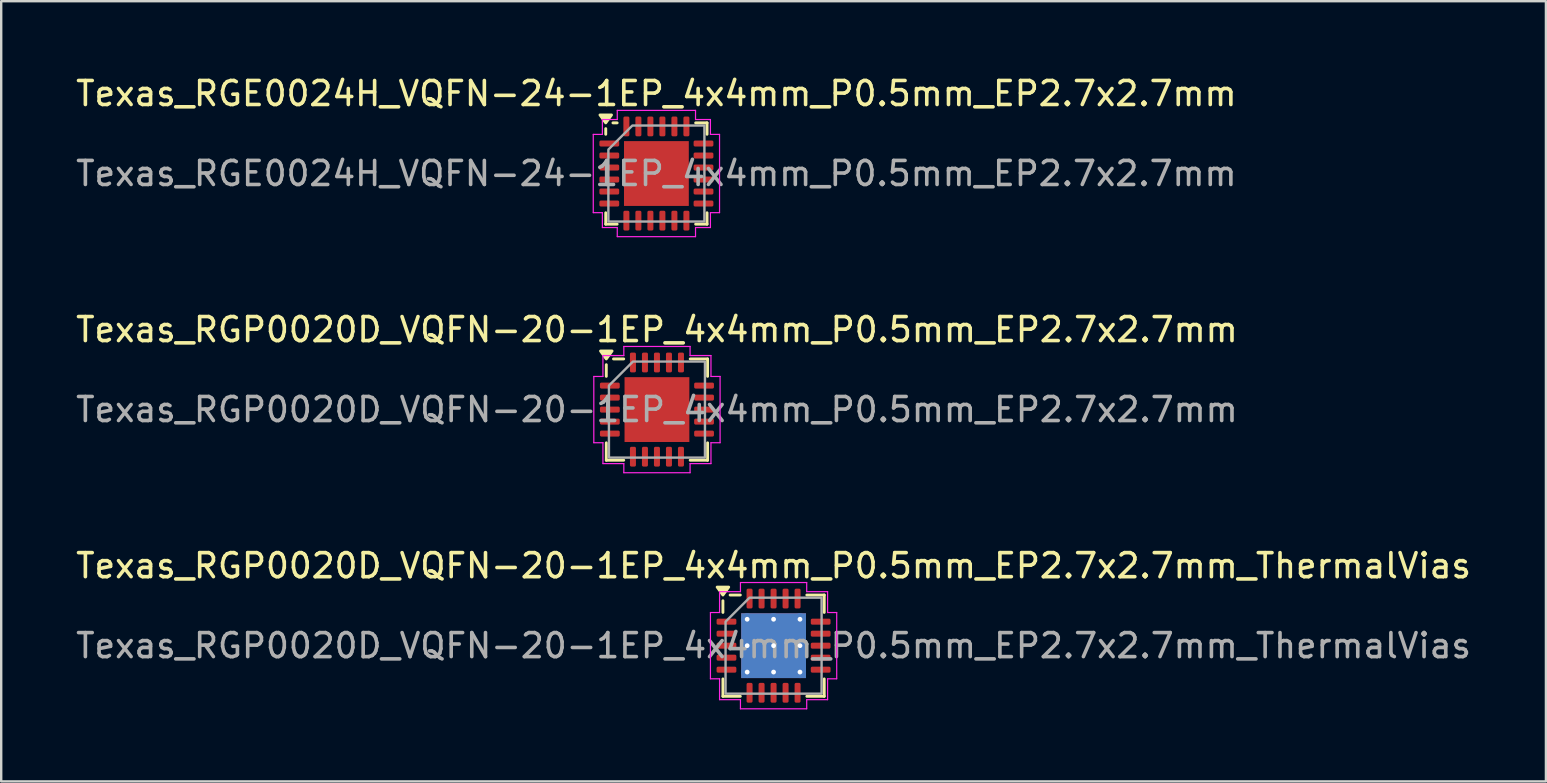
<source format=kicad_pcb>
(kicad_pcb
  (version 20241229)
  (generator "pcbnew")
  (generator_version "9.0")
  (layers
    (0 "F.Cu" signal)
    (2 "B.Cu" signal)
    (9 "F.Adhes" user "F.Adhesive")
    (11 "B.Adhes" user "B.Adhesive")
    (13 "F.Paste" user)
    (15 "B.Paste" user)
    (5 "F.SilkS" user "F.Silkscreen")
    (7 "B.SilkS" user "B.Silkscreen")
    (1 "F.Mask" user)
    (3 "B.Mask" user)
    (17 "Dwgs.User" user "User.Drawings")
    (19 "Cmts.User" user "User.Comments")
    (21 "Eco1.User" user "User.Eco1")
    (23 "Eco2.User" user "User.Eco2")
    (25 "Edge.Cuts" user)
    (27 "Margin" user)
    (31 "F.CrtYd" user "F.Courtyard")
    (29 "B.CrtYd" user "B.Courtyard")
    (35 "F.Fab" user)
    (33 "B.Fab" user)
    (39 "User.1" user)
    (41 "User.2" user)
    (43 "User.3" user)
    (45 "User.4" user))
  (footprint "Texas_RGE0024H_VQFN-24-1EP_4x4mm_P0.5mm_EP2.7x2.7mm"
    (layer "F.Cu")
    (at 24.292 4.178)
    (property "Reference" "Texas_RGE0024H_VQFN-24-1EP_4x4mm_P0.5mm_EP2.7x2.7mm" (at 0 -3.33 0) (layer "F.SilkS") (effects (font (size 1 1) (thickness 0.15))))
    (attr smd)
    (fp_line (start -2.11 -1.635) (end -2.11 -1.87) (stroke (width 0.12) (type solid)) (layer "F.SilkS"))
    (fp_line (start -2.11 2.11) (end -2.11 1.635) (stroke (width 0.12) (type solid)) (layer "F.SilkS"))
    (fp_line (start -1.635 -2.11) (end -1.81 -2.11) (stroke (width 0.12) (type solid)) (layer "F.SilkS"))
    (fp_line (start -1.635 2.11) (end -2.11 2.11) (stroke (width 0.12) (type solid)) (layer "F.SilkS"))
    (fp_line (start 1.635 -2.11) (end 2.11 -2.11) (stroke (width 0.12) (type solid)) (layer "F.SilkS"))
    (fp_line (start 1.635 2.11) (end 2.11 2.11) (stroke (width 0.12) (type solid)) (layer "F.SilkS"))
    (fp_line (start 2.11 -2.11) (end 2.11 -1.635) (stroke (width 0.12) (type solid)) (layer "F.SilkS"))
    (fp_line (start 2.11 2.11) (end 2.11 1.635) (stroke (width 0.12) (type solid)) (layer "F.SilkS"))
    (fp_poly (pts (xy -2.11 -2.11) (xy -2.35 -2.44) (xy -1.87 -2.44)) (stroke (width 0.12) (type solid)) (fill yes) (layer "F.SilkS"))
    (fp_line (start -2.63 -1.63) (end -2.25 -1.63) (stroke (width 0.05) (type solid)) (layer "F.CrtYd"))
    (fp_line (start -2.63 1.63) (end -2.63 -1.63) (stroke (width 0.05) (type solid)) (layer "F.CrtYd"))
    (fp_line (start -2.25 -2.25) (end -1.63 -2.25) (stroke (width 0.05) (type solid)) (layer "F.CrtYd"))
    (fp_line (start -2.25 -1.63) (end -2.25 -2.25) (stroke (width 0.05) (type solid)) (layer "F.CrtYd"))
    (fp_line (start -2.25 1.63) (end -2.63 1.63) (stroke (width 0.05) (type solid)) (layer "F.CrtYd"))
    (fp_line (start -2.25 2.25) (end -2.25 1.63) (stroke (width 0.05) (type solid)) (layer "F.CrtYd"))
    (fp_line (start -1.63 -2.63) (end 1.63 -2.63) (stroke (width 0.05) (type solid)) (layer "F.CrtYd"))
    (fp_line (start -1.63 -2.25) (end -1.63 -2.63) (stroke (width 0.05) (type solid)) (layer "F.CrtYd"))
    (fp_line (start -1.63 2.25) (end -2.25 2.25) (stroke (width 0.05) (type solid)) (layer "F.CrtYd"))
    (fp_line (start -1.63 2.63) (end -1.63 2.25) (stroke (width 0.05) (type solid)) (layer "F.CrtYd"))
    (fp_line (start 1.63 -2.63) (end 1.63 -2.25) (stroke (width 0.05) (type solid)) (layer "F.CrtYd"))
    (fp_line (start 1.63 -2.25) (end 2.25 -2.25) (stroke (width 0.05) (type solid)) (layer "F.CrtYd"))
    (fp_line (start 1.63 2.25) (end 1.63 2.63) (stroke (width 0.05) (type solid)) (layer "F.CrtYd"))
    (fp_line (start 1.63 2.63) (end -1.63 2.63) (stroke (width 0.05) (type solid)) (layer "F.CrtYd"))
    (fp_line (start 2.25 -2.25) (end 2.25 -1.63) (stroke (width 0.05) (type solid)) (layer "F.CrtYd"))
    (fp_line (start 2.25 -1.63) (end 2.63 -1.63) (stroke (width 0.05) (type solid)) (layer "F.CrtYd"))
    (fp_line (start 2.25 1.63) (end 2.25 2.25) (stroke (width 0.05) (type solid)) (layer "F.CrtYd"))
    (fp_line (start 2.25 2.25) (end 1.63 2.25) (stroke (width 0.05) (type solid)) (layer "F.CrtYd"))
    (fp_line (start 2.63 -1.63) (end 2.63 1.63) (stroke (width 0.05) (type solid)) (layer "F.CrtYd"))
    (fp_line (start 2.63 1.63) (end 2.25 1.63) (stroke (width 0.05) (type solid)) (layer "F.CrtYd"))
    (fp_poly (pts (xy -2 -1) (xy -2 2) (xy 2 2) (xy 2 -2) (xy -1 -2)) (stroke (width 0.1) (type solid)) (fill no) (layer "F.Fab"))
    (fp_text user "${REFERENCE}" (at 0 0 0) (layer "F.Fab") (effects (font (size 1 1) (thickness 0.15))))
    (pad "" smd roundrect (at -0.675 -0.675) (size 1.09 1.09) (layers "F.Paste") (roundrect_rratio 0.229))
    (pad "" smd roundrect (at -0.675 0.675) (size 1.09 1.09) (layers "F.Paste") (roundrect_rratio 0.229))
    (pad "" smd roundrect (at 0.675 -0.675) (size 1.09 1.09) (layers "F.Paste") (roundrect_rratio 0.229))
    (pad "" smd roundrect (at 0.675 0.675) (size 1.09 1.09) (layers "F.Paste") (roundrect_rratio 0.229))
    (pad "1" smd roundrect (at -1.962 -1.25) (size 0.825 0.25) (layers "F.Cu" "F.Mask" "F.Paste") (roundrect_rratio 0.25))
    (pad "2" smd roundrect (at -1.962 -0.75) (size 0.825 0.25) (layers "F.Cu" "F.Mask" "F.Paste") (roundrect_rratio 0.25))
    (pad "3" smd roundrect (at -1.962 -0.25) (size 0.825 0.25) (layers "F.Cu" "F.Mask" "F.Paste") (roundrect_rratio 0.25))
    (pad "4" smd roundrect (at -1.962 0.25) (size 0.825 0.25) (layers "F.Cu" "F.Mask" "F.Paste") (roundrect_rratio 0.25))
    (pad "5" smd roundrect (at -1.962 0.75) (size 0.825 0.25) (layers "F.Cu" "F.Mask" "F.Paste") (roundrect_rratio 0.25))
    (pad "6" smd roundrect (at -1.962 1.25) (size 0.825 0.25) (layers "F.Cu" "F.Mask" "F.Paste") (roundrect_rratio 0.25))
    (pad "7" smd roundrect (at -1.25 1.962) (size 0.25 0.825) (layers "F.Cu" "F.Mask" "F.Paste") (roundrect_rratio 0.25))
    (pad "8" smd roundrect (at -0.75 1.962) (size 0.25 0.825) (layers "F.Cu" "F.Mask" "F.Paste") (roundrect_rratio 0.25))
    (pad "9" smd roundrect (at -0.25 1.962) (size 0.25 0.825) (layers "F.Cu" "F.Mask" "F.Paste") (roundrect_rratio 0.25))
    (pad "10" smd roundrect (at 0.25 1.962) (size 0.25 0.825) (layers "F.Cu" "F.Mask" "F.Paste") (roundrect_rratio 0.25))
    (pad "11" smd roundrect (at 0.75 1.962) (size 0.25 0.825) (layers "F.Cu" "F.Mask" "F.Paste") (roundrect_rratio 0.25))
    (pad "12" smd roundrect (at 1.25 1.962) (size 0.25 0.825) (layers "F.Cu" "F.Mask" "F.Paste") (roundrect_rratio 0.25))
    (pad "13" smd roundrect (at 1.962 1.25) (size 0.825 0.25) (layers "F.Cu" "F.Mask" "F.Paste") (roundrect_rratio 0.25))
    (pad "14" smd roundrect (at 1.962 0.75) (size 0.825 0.25) (layers "F.Cu" "F.Mask" "F.Paste") (roundrect_rratio 0.25))
    (pad "15" smd roundrect (at 1.962 0.25) (size 0.825 0.25) (layers "F.Cu" "F.Mask" "F.Paste") (roundrect_rratio 0.25))
    (pad "16" smd roundrect (at 1.962 -0.25) (size 0.825 0.25) (layers "F.Cu" "F.Mask" "F.Paste") (roundrect_rratio 0.25))
    (pad "17" smd roundrect (at 1.962 -0.75) (size 0.825 0.25) (layers "F.Cu" "F.Mask" "F.Paste") (roundrect_rratio 0.25))
    (pad "18" smd roundrect (at 1.962 -1.25) (size 0.825 0.25) (layers "F.Cu" "F.Mask" "F.Paste") (roundrect_rratio 0.25))
    (pad "19" smd roundrect (at 1.25 -1.962) (size 0.25 0.825) (layers "F.Cu" "F.Mask" "F.Paste") (roundrect_rratio 0.25))
    (pad "20" smd roundrect (at 0.75 -1.962) (size 0.25 0.825) (layers "F.Cu" "F.Mask" "F.Paste") (roundrect_rratio 0.25))
    (pad "21" smd roundrect (at 0.25 -1.962) (size 0.25 0.825) (layers "F.Cu" "F.Mask" "F.Paste") (roundrect_rratio 0.25))
    (pad "22" smd roundrect (at -0.25 -1.962) (size 0.25 0.825) (layers "F.Cu" "F.Mask" "F.Paste") (roundrect_rratio 0.25))
    (pad "23" smd roundrect (at -0.75 -1.962) (size 0.25 0.825) (layers "F.Cu" "F.Mask" "F.Paste") (roundrect_rratio 0.25))
    (pad "24" smd roundrect (at -1.25 -1.962) (size 0.25 0.825) (layers "F.Cu" "F.Mask" "F.Paste") (roundrect_rratio 0.25))
    (pad "25" smd rect (at 0 0) (size 2.7 2.7) (property pad_prop_heatsink) (layers "F.Cu" "F.Mask")))
  (footprint "Texas_RGP0020D_VQFN-20-1EP_4x4mm_P0.5mm_EP2.7x2.7mm_ThermalVias"
    (layer "F.Cu")
    (at 29.173 23.845)
    (property "Reference" "Texas_RGP0020D_VQFN-20-1EP_4x4mm_P0.5mm_EP2.7x2.7mm_ThermalVias" (at 0 -3.33 0) (layer "F.SilkS") (effects (font (size 1 1) (thickness 0.15))))
    (attr smd)
    (fp_line (start -2.11 -1.385) (end -2.11 -1.87) (stroke (width 0.12) (type solid)) (layer "F.SilkS"))
    (fp_line (start -2.11 2.11) (end -2.11 1.385) (stroke (width 0.12) (type solid)) (layer "F.SilkS"))
    (fp_line (start -1.385 -2.11) (end -1.81 -2.11) (stroke (width 0.12) (type solid)) (layer "F.SilkS"))
    (fp_line (start -1.385 2.11) (end -2.11 2.11) (stroke (width 0.12) (type solid)) (layer "F.SilkS"))
    (fp_line (start 1.385 -2.11) (end 2.11 -2.11) (stroke (width 0.12) (type solid)) (layer "F.SilkS"))
    (fp_line (start 1.385 2.11) (end 2.11 2.11) (stroke (width 0.12) (type solid)) (layer "F.SilkS"))
    (fp_line (start 2.11 -2.11) (end 2.11 -1.385) (stroke (width 0.12) (type solid)) (layer "F.SilkS"))
    (fp_line (start 2.11 2.11) (end 2.11 1.385) (stroke (width 0.12) (type solid)) (layer "F.SilkS"))
    (fp_poly (pts (xy -2.11 -2.11) (xy -2.35 -2.44) (xy -1.87 -2.44)) (stroke (width 0.12) (type solid)) (fill yes) (layer "F.SilkS"))
    (fp_line (start -2.63 -1.38) (end -2.25 -1.38) (stroke (width 0.05) (type solid)) (layer "F.CrtYd"))
    (fp_line (start -2.63 1.38) (end -2.63 -1.38) (stroke (width 0.05) (type solid)) (layer "F.CrtYd"))
    (fp_line (start -2.25 -2.25) (end -1.38 -2.25) (stroke (width 0.05) (type solid)) (layer "F.CrtYd"))
    (fp_line (start -2.25 -1.38) (end -2.25 -2.25) (stroke (width 0.05) (type solid)) (layer "F.CrtYd"))
    (fp_line (start -2.25 1.38) (end -2.63 1.38) (stroke (width 0.05) (type solid)) (layer "F.CrtYd"))
    (fp_line (start -2.25 2.25) (end -2.25 1.38) (stroke (width 0.05) (type solid)) (layer "F.CrtYd"))
    (fp_line (start -1.38 -2.63) (end 1.38 -2.63) (stroke (width 0.05) (type solid)) (layer "F.CrtYd"))
    (fp_line (start -1.38 -2.25) (end -1.38 -2.63) (stroke (width 0.05) (type solid)) (layer "F.CrtYd"))
    (fp_line (start -1.38 2.25) (end -2.25 2.25) (stroke (width 0.05) (type solid)) (layer "F.CrtYd"))
    (fp_line (start -1.38 2.63) (end -1.38 2.25) (stroke (width 0.05) (type solid)) (layer "F.CrtYd"))
    (fp_line (start 1.38 -2.63) (end 1.38 -2.25) (stroke (width 0.05) (type solid)) (layer "F.CrtYd"))
    (fp_line (start 1.38 -2.25) (end 2.25 -2.25) (stroke (width 0.05) (type solid)) (layer "F.CrtYd"))
    (fp_line (start 1.38 2.25) (end 1.38 2.63) (stroke (width 0.05) (type solid)) (layer "F.CrtYd"))
    (fp_line (start 1.38 2.63) (end -1.38 2.63) (stroke (width 0.05) (type solid)) (layer "F.CrtYd"))
    (fp_line (start 2.25 -2.25) (end 2.25 -1.38) (stroke (width 0.05) (type solid)) (layer "F.CrtYd"))
    (fp_line (start 2.25 -1.38) (end 2.63 -1.38) (stroke (width 0.05) (type solid)) (layer "F.CrtYd"))
    (fp_line (start 2.25 1.38) (end 2.25 2.25) (stroke (width 0.05) (type solid)) (layer "F.CrtYd"))
    (fp_line (start 2.25 2.25) (end 1.38 2.25) (stroke (width 0.05) (type solid)) (layer "F.CrtYd"))
    (fp_line (start 2.63 -1.38) (end 2.63 1.38) (stroke (width 0.05) (type solid)) (layer "F.CrtYd"))
    (fp_line (start 2.63 1.38) (end 2.25 1.38) (stroke (width 0.05) (type solid)) (layer "F.CrtYd"))
    (fp_poly (pts (xy -2 -1) (xy -2 2) (xy 2 2) (xy 2 -2) (xy -1 -2)) (stroke (width 0.1) (type solid)) (fill no) (layer "F.Fab"))
    (fp_text user "${REFERENCE}" (at 0 0 0) (layer "F.Fab") (effects (font (size 1 1) (thickness 0.15))))
    (pad "" smd roundrect (at -0.675 -0.675) (size 1.13 1.13) (layers "F.Paste") (roundrect_rratio 0.221))
    (pad "" smd roundrect (at -0.675 0.675) (size 1.13 1.13) (layers "F.Paste") (roundrect_rratio 0.221))
    (pad "" smd roundrect (at 0.675 -0.675) (size 1.13 1.13) (layers "F.Paste") (roundrect_rratio 0.221))
    (pad "" smd roundrect (at 0.675 0.675) (size 1.13 1.13) (layers "F.Paste") (roundrect_rratio 0.221))
    (pad "1" smd roundrect (at -1.962 -1) (size 0.825 0.25) (layers "F.Cu" "F.Mask" "F.Paste") (roundrect_rratio 0.25))
    (pad "2" smd roundrect (at -1.962 -0.5) (size 0.825 0.25) (layers "F.Cu" "F.Mask" "F.Paste") (roundrect_rratio 0.25))
    (pad "3" smd roundrect (at -1.962 0) (size 0.825 0.25) (layers "F.Cu" "F.Mask" "F.Paste") (roundrect_rratio 0.25))
    (pad "4" smd roundrect (at -1.962 0.5) (size 0.825 0.25) (layers "F.Cu" "F.Mask" "F.Paste") (roundrect_rratio 0.25))
    (pad "5" smd roundrect (at -1.962 1) (size 0.825 0.25) (layers "F.Cu" "F.Mask" "F.Paste") (roundrect_rratio 0.25))
    (pad "6" smd roundrect (at -1 1.962) (size 0.25 0.825) (layers "F.Cu" "F.Mask" "F.Paste") (roundrect_rratio 0.25))
    (pad "7" smd roundrect (at -0.5 1.962) (size 0.25 0.825) (layers "F.Cu" "F.Mask" "F.Paste") (roundrect_rratio 0.25))
    (pad "8" smd roundrect (at 0 1.962) (size 0.25 0.825) (layers "F.Cu" "F.Mask" "F.Paste") (roundrect_rratio 0.25))
    (pad "9" smd roundrect (at 0.5 1.962) (size 0.25 0.825) (layers "F.Cu" "F.Mask" "F.Paste") (roundrect_rratio 0.25))
    (pad "10" smd roundrect (at 1 1.962) (size 0.25 0.825) (layers "F.Cu" "F.Mask" "F.Paste") (roundrect_rratio 0.25))
    (pad "11" smd roundrect (at 1.962 1) (size 0.825 0.25) (layers "F.Cu" "F.Mask" "F.Paste") (roundrect_rratio 0.25))
    (pad "12" smd roundrect (at 1.962 0.5) (size 0.825 0.25) (layers "F.Cu" "F.Mask" "F.Paste") (roundrect_rratio 0.25))
    (pad "13" smd roundrect (at 1.962 0) (size 0.825 0.25) (layers "F.Cu" "F.Mask" "F.Paste") (roundrect_rratio 0.25))
    (pad "14" smd roundrect (at 1.962 -0.5) (size 0.825 0.25) (layers "F.Cu" "F.Mask" "F.Paste") (roundrect_rratio 0.25))
    (pad "15" smd roundrect (at 1.962 -1) (size 0.825 0.25) (layers "F.Cu" "F.Mask" "F.Paste") (roundrect_rratio 0.25))
    (pad "16" smd roundrect (at 1 -1.962) (size 0.25 0.825) (layers "F.Cu" "F.Mask" "F.Paste") (roundrect_rratio 0.25))
    (pad "17" smd roundrect (at 0.5 -1.962) (size 0.25 0.825) (layers "F.Cu" "F.Mask" "F.Paste") (roundrect_rratio 0.25))
    (pad "18" smd roundrect (at 0 -1.962) (size 0.25 0.825) (layers "F.Cu" "F.Mask" "F.Paste") (roundrect_rratio 0.25))
    (pad "19" smd roundrect (at -0.5 -1.962) (size 0.25 0.825) (layers "F.Cu" "F.Mask" "F.Paste") (roundrect_rratio 0.25))
    (pad "20" smd roundrect (at -1 -1.962) (size 0.25 0.825) (layers "F.Cu" "F.Mask" "F.Paste") (roundrect_rratio 0.25))
    (pad "21" thru_hole circle (at -1.1 -1.1) (size 0.5 0.5) (drill 0.2) (property pad_prop_heatsink) (layers "*.Cu"))
    (pad "21" thru_hole circle (at -1.1 0) (size 0.5 0.5) (drill 0.2) (property pad_prop_heatsink) (layers "*.Cu"))
    (pad "21" thru_hole circle (at -1.1 1.1) (size 0.5 0.5) (drill 0.2) (property pad_prop_heatsink) (layers "*.Cu"))
    (pad "21" thru_hole circle (at 0 -1.1) (size 0.5 0.5) (drill 0.2) (property pad_prop_heatsink) (layers "*.Cu"))
    (pad "21" thru_hole circle (at 0 0) (size 0.5 0.5) (drill 0.2) (property pad_prop_heatsink) (layers "*.Cu"))
    (pad "21" smd rect (at 0 0) (size 2.7 2.7) (property pad_prop_heatsink) (layers "F.Cu" "F.Mask"))
    (pad "21" smd rect (at 0 0) (size 2.7 2.7) (property pad_prop_heatsink) (layers "B.Cu"))
    (pad "21" thru_hole circle (at 0 1.1) (size 0.5 0.5) (drill 0.2) (property pad_prop_heatsink) (layers "*.Cu"))
    (pad "21" thru_hole circle (at 1.1 -1.1) (size 0.5 0.5) (drill 0.2) (property pad_prop_heatsink) (layers "*.Cu"))
    (pad "21" thru_hole circle (at 1.1 0) (size 0.5 0.5) (drill 0.2) (property pad_prop_heatsink) (layers "*.Cu"))
    (pad "21" thru_hole circle (at 1.1 1.1) (size 0.5 0.5) (drill 0.2) (property pad_prop_heatsink) (layers "*.Cu")))
  (footprint "Texas_RGP0020D_VQFN-20-1EP_4x4mm_P0.5mm_EP2.7x2.7mm"
    (layer "F.Cu")
    (at 24.315 14.011)
    (property "Reference" "Texas_RGP0020D_VQFN-20-1EP_4x4mm_P0.5mm_EP2.7x2.7mm" (at 0 -3.33 0) (layer "F.SilkS") (effects (font (size 1 1) (thickness 0.15))))
    (attr smd)
    (fp_line (start -2.11 -1.385) (end -2.11 -1.87) (stroke (width 0.12) (type solid)) (layer "F.SilkS"))
    (fp_line (start -2.11 2.11) (end -2.11 1.385) (stroke (width 0.12) (type solid)) (layer "F.SilkS"))
    (fp_line (start -1.385 -2.11) (end -1.81 -2.11) (stroke (width 0.12) (type solid)) (layer "F.SilkS"))
    (fp_line (start -1.385 2.11) (end -2.11 2.11) (stroke (width 0.12) (type solid)) (layer "F.SilkS"))
    (fp_line (start 1.385 -2.11) (end 2.11 -2.11) (stroke (width 0.12) (type solid)) (layer "F.SilkS"))
    (fp_line (start 1.385 2.11) (end 2.11 2.11) (stroke (width 0.12) (type solid)) (layer "F.SilkS"))
    (fp_line (start 2.11 -2.11) (end 2.11 -1.385) (stroke (width 0.12) (type solid)) (layer "F.SilkS"))
    (fp_line (start 2.11 2.11) (end 2.11 1.385) (stroke (width 0.12) (type solid)) (layer "F.SilkS"))
    (fp_poly (pts (xy -2.11 -2.11) (xy -2.35 -2.44) (xy -1.87 -2.44)) (stroke (width 0.12) (type solid)) (fill yes) (layer "F.SilkS"))
    (fp_line (start -2.63 -1.38) (end -2.25 -1.38) (stroke (width 0.05) (type solid)) (layer "F.CrtYd"))
    (fp_line (start -2.63 1.38) (end -2.63 -1.38) (stroke (width 0.05) (type solid)) (layer "F.CrtYd"))
    (fp_line (start -2.25 -2.25) (end -1.38 -2.25) (stroke (width 0.05) (type solid)) (layer "F.CrtYd"))
    (fp_line (start -2.25 -1.38) (end -2.25 -2.25) (stroke (width 0.05) (type solid)) (layer "F.CrtYd"))
    (fp_line (start -2.25 1.38) (end -2.63 1.38) (stroke (width 0.05) (type solid)) (layer "F.CrtYd"))
    (fp_line (start -2.25 2.25) (end -2.25 1.38) (stroke (width 0.05) (type solid)) (layer "F.CrtYd"))
    (fp_line (start -1.38 -2.63) (end 1.38 -2.63) (stroke (width 0.05) (type solid)) (layer "F.CrtYd"))
    (fp_line (start -1.38 -2.25) (end -1.38 -2.63) (stroke (width 0.05) (type solid)) (layer "F.CrtYd"))
    (fp_line (start -1.38 2.25) (end -2.25 2.25) (stroke (width 0.05) (type solid)) (layer "F.CrtYd"))
    (fp_line (start -1.38 2.63) (end -1.38 2.25) (stroke (width 0.05) (type solid)) (layer "F.CrtYd"))
    (fp_line (start 1.38 -2.63) (end 1.38 -2.25) (stroke (width 0.05) (type solid)) (layer "F.CrtYd"))
    (fp_line (start 1.38 -2.25) (end 2.25 -2.25) (stroke (width 0.05) (type solid)) (layer "F.CrtYd"))
    (fp_line (start 1.38 2.25) (end 1.38 2.63) (stroke (width 0.05) (type solid)) (layer "F.CrtYd"))
    (fp_line (start 1.38 2.63) (end -1.38 2.63) (stroke (width 0.05) (type solid)) (layer "F.CrtYd"))
    (fp_line (start 2.25 -2.25) (end 2.25 -1.38) (stroke (width 0.05) (type solid)) (layer "F.CrtYd"))
    (fp_line (start 2.25 -1.38) (end 2.63 -1.38) (stroke (width 0.05) (type solid)) (layer "F.CrtYd"))
    (fp_line (start 2.25 1.38) (end 2.25 2.25) (stroke (width 0.05) (type solid)) (layer "F.CrtYd"))
    (fp_line (start 2.25 2.25) (end 1.38 2.25) (stroke (width 0.05) (type solid)) (layer "F.CrtYd"))
    (fp_line (start 2.63 -1.38) (end 2.63 1.38) (stroke (width 0.05) (type solid)) (layer "F.CrtYd"))
    (fp_line (start 2.63 1.38) (end 2.25 1.38) (stroke (width 0.05) (type solid)) (layer "F.CrtYd"))
    (fp_poly (pts (xy -2 -1) (xy -2 2) (xy 2 2) (xy 2 -2) (xy -1 -2)) (stroke (width 0.1) (type solid)) (fill no) (layer "F.Fab"))
    (fp_text user "${REFERENCE}" (at 0 0 0) (layer "F.Fab") (effects (font (size 1 1) (thickness 0.15))))
    (pad "" smd roundrect (at -0.675 -0.675) (size 1.09 1.09) (layers "F.Paste") (roundrect_rratio 0.229))
    (pad "" smd roundrect (at -0.675 0.675) (size 1.09 1.09) (layers "F.Paste") (roundrect_rratio 0.229))
    (pad "" smd roundrect (at 0.675 -0.675) (size 1.09 1.09) (layers "F.Paste") (roundrect_rratio 0.229))
    (pad "" smd roundrect (at 0.675 0.675) (size 1.09 1.09) (layers "F.Paste") (roundrect_rratio 0.229))
    (pad "1" smd roundrect (at -1.962 -1) (size 0.825 0.25) (layers "F.Cu" "F.Mask" "F.Paste") (roundrect_rratio 0.25))
    (pad "2" smd roundrect (at -1.962 -0.5) (size 0.825 0.25) (layers "F.Cu" "F.Mask" "F.Paste") (roundrect_rratio 0.25))
    (pad "3" smd roundrect (at -1.962 0) (size 0.825 0.25) (layers "F.Cu" "F.Mask" "F.Paste") (roundrect_rratio 0.25))
    (pad "4" smd roundrect (at -1.962 0.5) (size 0.825 0.25) (layers "F.Cu" "F.Mask" "F.Paste") (roundrect_rratio 0.25))
    (pad "5" smd roundrect (at -1.962 1) (size 0.825 0.25) (layers "F.Cu" "F.Mask" "F.Paste") (roundrect_rratio 0.25))
    (pad "6" smd roundrect (at -1 1.962) (size 0.25 0.825) (layers "F.Cu" "F.Mask" "F.Paste") (roundrect_rratio 0.25))
    (pad "7" smd roundrect (at -0.5 1.962) (size 0.25 0.825) (layers "F.Cu" "F.Mask" "F.Paste") (roundrect_rratio 0.25))
    (pad "8" smd roundrect (at 0 1.962) (size 0.25 0.825) (layers "F.Cu" "F.Mask" "F.Paste") (roundrect_rratio 0.25))
    (pad "9" smd roundrect (at 0.5 1.962) (size 0.25 0.825) (layers "F.Cu" "F.Mask" "F.Paste") (roundrect_rratio 0.25))
    (pad "10" smd roundrect (at 1 1.962) (size 0.25 0.825) (layers "F.Cu" "F.Mask" "F.Paste") (roundrect_rratio 0.25))
    (pad "11" smd roundrect (at 1.962 1) (size 0.825 0.25) (layers "F.Cu" "F.Mask" "F.Paste") (roundrect_rratio 0.25))
    (pad "12" smd roundrect (at 1.962 0.5) (size 0.825 0.25) (layers "F.Cu" "F.Mask" "F.Paste") (roundrect_rratio 0.25))
    (pad "13" smd roundrect (at 1.962 0) (size 0.825 0.25) (layers "F.Cu" "F.Mask" "F.Paste") (roundrect_rratio 0.25))
    (pad "14" smd roundrect (at 1.962 -0.5) (size 0.825 0.25) (layers "F.Cu" "F.Mask" "F.Paste") (roundrect_rratio 0.25))
    (pad "15" smd roundrect (at 1.962 -1) (size 0.825 0.25) (layers "F.Cu" "F.Mask" "F.Paste") (roundrect_rratio 0.25))
    (pad "16" smd roundrect (at 1 -1.962) (size 0.25 0.825) (layers "F.Cu" "F.Mask" "F.Paste") (roundrect_rratio 0.25))
    (pad "17" smd roundrect (at 0.5 -1.962) (size 0.25 0.825) (layers "F.Cu" "F.Mask" "F.Paste") (roundrect_rratio 0.25))
    (pad "18" smd roundrect (at 0 -1.962) (size 0.25 0.825) (layers "F.Cu" "F.Mask" "F.Paste") (roundrect_rratio 0.25))
    (pad "19" smd roundrect (at -0.5 -1.962) (size 0.25 0.825) (layers "F.Cu" "F.Mask" "F.Paste") (roundrect_rratio 0.25))
    (pad "20" smd roundrect (at -1 -1.962) (size 0.25 0.825) (layers "F.Cu" "F.Mask" "F.Paste") (roundrect_rratio 0.25))
    (pad "21" smd rect (at 0 0) (size 2.7 2.7) (property pad_prop_heatsink) (layers "F.Cu" "F.Mask")))
  (gr_rect
    (start -3 -3)
    (end 61.345 29.5)
    (stroke (width 0.1) (type default))
    (fill no)
    (layer "Edge.Cuts")))
</source>
